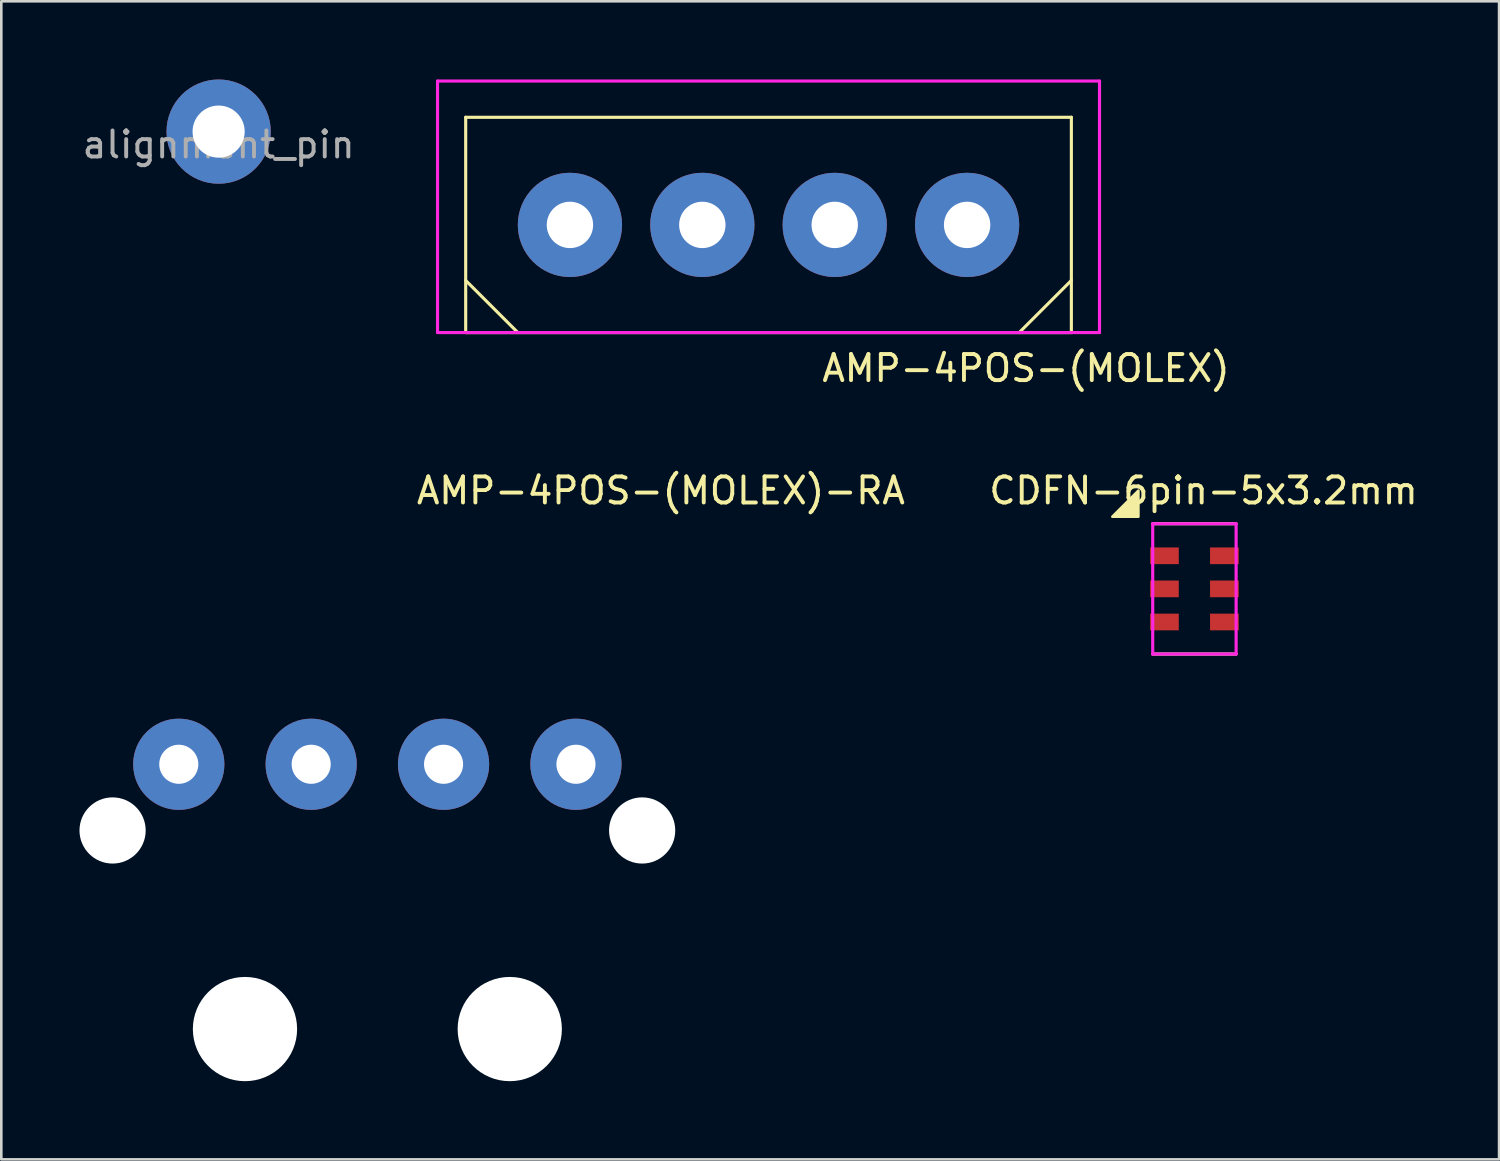
<source format=kicad_pcb>
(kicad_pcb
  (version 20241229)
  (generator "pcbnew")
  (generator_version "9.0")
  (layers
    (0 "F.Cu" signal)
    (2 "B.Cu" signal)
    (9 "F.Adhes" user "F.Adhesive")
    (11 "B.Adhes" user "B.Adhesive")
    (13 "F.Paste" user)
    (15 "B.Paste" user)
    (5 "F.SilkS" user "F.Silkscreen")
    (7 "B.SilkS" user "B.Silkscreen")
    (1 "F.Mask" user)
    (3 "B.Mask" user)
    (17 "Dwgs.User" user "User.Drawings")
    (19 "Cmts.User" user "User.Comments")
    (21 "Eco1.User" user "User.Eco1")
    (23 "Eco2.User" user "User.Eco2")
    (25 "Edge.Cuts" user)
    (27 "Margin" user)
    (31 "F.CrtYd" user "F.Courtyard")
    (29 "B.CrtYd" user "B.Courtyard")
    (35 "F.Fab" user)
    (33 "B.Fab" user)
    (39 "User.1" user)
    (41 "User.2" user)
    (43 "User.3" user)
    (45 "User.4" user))
  (footprint "CDFN-6pin-5x3.2mm"
    (layer "F.Cu")
    (at 41.631 18.276)
    (property "Reference" "CDFN-6pin-5x3.2mm" (at 1.5 -2.5 0) (layer "F.SilkS") (effects (font (size 1 1) (thickness 0.15))))
    (attr through_hole)
    (fp_line (start -0.45 -1.23) (end 2.75 -1.23) (stroke (width 0.12) (type solid)) (layer "F.SilkS"))
    (fp_line (start -0.45 3.77) (end 2.75 3.77) (stroke (width 0.12) (type solid)) (layer "F.SilkS"))
    (fp_poly (pts (xy -1 -1.5) (xy -1 -2.5) (xy -2 -1.5)) (stroke (width 0.1) (type solid)) (fill yes) (layer "F.SilkS"))
    (fp_line (start -0.45 -1.23) (end -0.45 3.77) (stroke (width 0.12) (type solid)) (layer "F.CrtYd"))
    (fp_line (start -0.45 -1.23) (end 2.75 -1.23) (stroke (width 0.12) (type solid)) (layer "F.CrtYd"))
    (fp_line (start -0.45 3.77) (end 2.75 3.77) (stroke (width 0.12) (type solid)) (layer "F.CrtYd"))
    (fp_line (start 2.75 -1.23) (end 2.75 3.77) (stroke (width 0.12) (type solid)) (layer "F.CrtYd"))
    (pad "1" smd rect (at 0 0) (size 1.1 0.64) (layers "F.Cu" "F.Mask" "F.Paste"))
    (pad "2" smd rect (at 0 1.27) (size 1.1 0.64) (layers "F.Cu" "F.Mask" "F.Paste"))
    (pad "3" smd rect (at 0 2.54) (size 1.1 0.64) (layers "F.Cu" "F.Mask" "F.Paste"))
    (pad "4" smd rect (at 2.3 2.54) (size 1.1 0.64) (layers "F.Cu" "F.Mask" "F.Paste"))
    (pad "5" smd rect (at 2.3 1.27) (size 1.1 0.64) (layers "F.Cu" "F.Mask" "F.Paste"))
    (pad "6" smd rect (at 2.3 0) (size 1.1 0.64) (layers "F.Cu" "F.Mask" "F.Paste")))
  (footprint "AMP-4POS-(MOLEX)-RA"
    (layer "F.Cu")
    (at 3.81 26.276)
    (property "Reference" "AMP-4POS-(MOLEX)-RA" (at 18.5 -10.5 0) (layer "F.SilkS") (effects (font (size 1 1) (thickness 0.15))))
    (attr through_hole)
    (pad "" np_thru_hole circle (at -2.54 2.54) (size 2.54 2.54) (drill 2.54) (layers "*.Cu" "*.Mask"))
    (pad "" np_thru_hole circle (at 2.54 10.16) (size 4 4) (drill 4) (layers "*.Cu" "*.Mask"))
    (pad "" np_thru_hole circle (at 12.7 10.16) (size 4 4) (drill 4) (layers "*.Cu" "*.Mask"))
    (pad "" np_thru_hole circle (at 17.78 2.54) (size 2.54 2.54) (drill 2.54) (layers "*.Cu" "*.Mask"))
    (pad "1" thru_hole circle (at 0 0) (size 3.5 3.5) (drill 1.5) (layers "*.Cu" "*.Mask"))
    (pad "2" thru_hole circle (at 5.08 0) (size 3.5 3.5) (drill 1.5) (layers "*.Cu" "*.Mask"))
    (pad "3" thru_hole circle (at 10.16 0) (size 3.5 3.5) (drill 1.5) (layers "*.Cu" "*.Mask"))
    (pad "4" thru_hole circle (at 15.24 0) (size 3.5 3.5) (drill 1.5) (layers "*.Cu" "*.Mask")))
  (footprint "alignment_pin"
    (layer "F.Cu")
    (at 5.339 2)
    (property "Reference" "alignment_pin" (at 0 0.5 0) (layer "F.Fab") (effects (font (size 1 1) (thickness 0.15))))
    (attr through_hole)
    (pad "" smd circle (at 0 0) (size 2 2) (layers "F.Paste"))
    (pad "" thru_hole circle (at 0 0) (size 4 4) (drill 2) (layers "*.Cu" "*.Mask")))
  (footprint "AMP-4POS-(MOLEX)"
    (layer "F.Cu")
    (at 18.819 5.58)
    (property "Reference" "AMP-4POS-(MOLEX)" (at 17.5 5.5 0) (layer "F.SilkS") (effects (font (size 1 1) (thickness 0.15))))
    (attr through_hole)
    (fp_line (start -4 -4.13) (end -4 4.13) (stroke (width 0.12) (type solid)) (layer "F.SilkS"))
    (fp_line (start -4 2.13) (end -2 4.13) (stroke (width 0.12) (type solid)) (layer "F.SilkS"))
    (fp_line (start -4 4.13) (end 19.24 4.13) (stroke (width 0.12) (type solid)) (layer "F.SilkS"))
    (fp_line (start 19.24 -4.13) (end -4 -4.13) (stroke (width 0.12) (type solid)) (layer "F.SilkS"))
    (fp_line (start 19.24 2.13) (end 17.24 4.13) (stroke (width 0.12) (type solid)) (layer "F.SilkS"))
    (fp_line (start 19.24 4.13) (end 19.24 -4.13) (stroke (width 0.12) (type solid)) (layer "F.SilkS"))
    (fp_line (start -5.08 -5.52) (end -5.08 4.13) (stroke (width 0.12) (type solid)) (layer "F.CrtYd"))
    (fp_line (start -5.08 4.13) (end 20.32 4.13) (stroke (width 0.12) (type solid)) (layer "F.CrtYd"))
    (fp_line (start 20.32 -5.52) (end -5.08 -5.52) (stroke (width 0.12) (type solid)) (layer "F.CrtYd"))
    (fp_line (start 20.32 4.13) (end 20.32 -5.52) (stroke (width 0.12) (type solid)) (layer "F.CrtYd"))
    (pad "1" thru_hole circle (at 0 0) (size 4 4) (drill 1.78) (layers "*.Cu" "*.Mask"))
    (pad "2" thru_hole circle (at 5.08 0) (size 4 4) (drill 1.78) (layers "*.Cu" "*.Mask"))
    (pad "3" thru_hole circle (at 10.16 0) (size 4 4) (drill 1.78) (layers "*.Cu" "*.Mask"))
    (pad "4" thru_hole circle (at 15.24 0) (size 4 4) (drill 1.78) (layers "*.Cu" "*.Mask")))
  (gr_rect
    (start -3 -3)
    (end 54.471 41.437)
    (stroke (width 0.1) (type default))
    (fill no)
    (layer "Edge.Cuts")))
</source>
